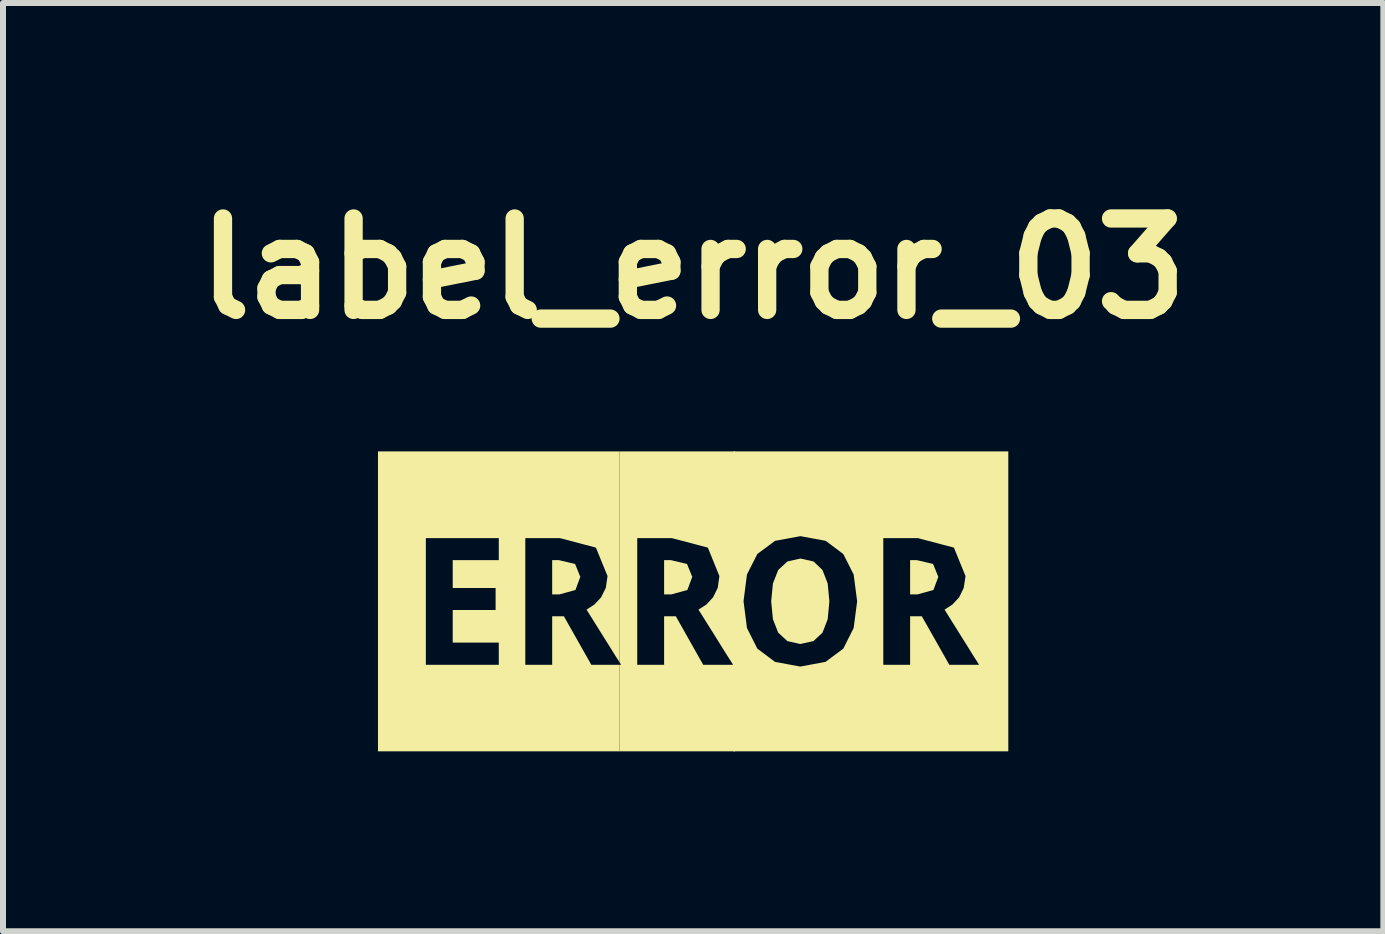
<source format=kicad_pcb>
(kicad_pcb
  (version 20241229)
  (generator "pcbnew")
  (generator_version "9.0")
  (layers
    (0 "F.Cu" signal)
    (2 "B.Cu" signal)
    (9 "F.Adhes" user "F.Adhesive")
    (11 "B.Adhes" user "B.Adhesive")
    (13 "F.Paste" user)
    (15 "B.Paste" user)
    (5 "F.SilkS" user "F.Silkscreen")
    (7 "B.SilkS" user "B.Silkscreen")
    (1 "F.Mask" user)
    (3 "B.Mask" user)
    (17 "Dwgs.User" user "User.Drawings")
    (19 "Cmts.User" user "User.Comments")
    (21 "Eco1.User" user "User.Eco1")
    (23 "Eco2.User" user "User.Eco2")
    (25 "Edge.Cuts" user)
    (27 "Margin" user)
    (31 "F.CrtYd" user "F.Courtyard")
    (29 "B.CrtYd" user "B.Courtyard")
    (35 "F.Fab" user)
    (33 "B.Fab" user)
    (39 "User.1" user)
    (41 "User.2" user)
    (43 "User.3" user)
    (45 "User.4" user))
  (footprint "label_error_03"
    (layer "F.Cu")
    (at 8.505 6.975)
    (property "Reference" "label_error_03" (at 0 -5.548 0) (layer "F.SilkS") (effects (font (size 1.524 1.524) (thickness 0.305))))
    (attr smd)
    (fp_poly (pts (xy -2.35 -0.687) (xy -2.35 -0.116) (xy -2.229 -0.116) (xy -1.962 -0.19) (xy -1.881 -0.409) (xy -1.968 -0.623) (xy -2.236 -0.687) (xy -2.35 -0.687)) (stroke (width 0) (type solid)) (fill yes) (layer "F.SilkS"))
    (fp_poly (pts (xy -0.484 -0.687) (xy -0.484 -0.116) (xy -0.363 -0.116) (xy -0.096 -0.19) (xy -0.015 -0.409) (xy -0.102 -0.623) (xy -0.37 -0.687) (xy -0.484 -0.687)) (stroke (width 0) (type solid)) (fill yes) (layer "F.SilkS"))
    (fp_poly (pts (xy 3.617 -0.687) (xy 3.617 -0.116) (xy 3.739 -0.116) (xy 4.006 -0.19) (xy 4.087 -0.409) (xy 4 -0.623) (xy 3.731 -0.687) (xy 3.617 -0.687)) (stroke (width 0) (type solid)) (fill yes) (layer "F.SilkS"))
    (fp_poly (pts (xy 1.789 -0.714) (xy 1.571 -0.665) (xy 1.418 -0.523) (xy 1.33 -0.298) (xy 1.301 -0.001) (xy 1.33 0.298) (xy 1.418 0.522) (xy 1.57 0.662) (xy 1.786 0.711) (xy 2.006 0.662) (xy 2.156 0.522) (xy 2.243 0.298) (xy 2.271 -0.001) (xy 2.243 -0.298) (xy 2.156 -0.523) (xy 2.007 -0.665) (xy 1.789 -0.714)) (stroke (width 0) (type solid)) (fill yes) (layer "F.SilkS"))
    (fp_poly (pts (xy -0.932 -1.054) (xy -1.23 -2.5) (xy -1.23 1.01) (xy -1.225 1.017) (xy -1.201 1.058) (xy -1.23 1.058) (xy -1.23 2.5) (xy 0.7 2.5) (xy 0.7 -2.5) (xy -1.23 -2.5) (xy -0.932 -1.054) (xy -0.354 -1.054) (xy 0.245 -0.896) (xy 0.438 -0.421) (xy 0.41 -0.225) (xy 0.332 -0.067) (xy 0.221 0.053) (xy 0.089 0.138) (xy 0.377 0.597) (xy 0.482 0.766) (xy 0.575 0.914) (xy 0.641 1.017) (xy 0.666 1.058) (xy 0.168 1.058) (xy -0.289 0.248) (xy -0.484 0.248) (xy -0.484 1.058) (xy -0.932 1.058) (xy -0.932 -1.054)) (stroke (width 0) (type solid)) (fill yes) (layer "F.SilkS"))
    (fp_poly (pts (xy -4.456 -1.054) (xy -5.254 -2.5) (xy -5.254 2.5) (xy -1.23 2.5) (xy -1.23 1.058) (xy -1.697 1.058) (xy -2.155 0.248) (xy -2.35 0.248) (xy -2.35 1.058) (xy -2.798 1.058) (xy -2.798 -1.054) (xy -2.22 -1.054) (xy -1.621 -0.896) (xy -1.427 -0.421) (xy -1.456 -0.225) (xy -1.534 -0.067) (xy -1.646 0.053) (xy -1.777 0.138) (xy -1.49 0.597) (xy -1.384 0.766) (xy -1.292 0.914) (xy -1.23 1.01) (xy -1.23 -2.5) (xy -5.254 -2.5) (xy -4.456 -1.054) (xy -3.24 -1.054) (xy -3.24 -0.687) (xy -4.008 -0.687) (xy -4.008 -0.223) (xy -3.293 -0.223) (xy -3.293 0.144) (xy -4.008 0.144) (xy -4.008 0.688) (xy -3.24 0.688) (xy -3.24 1.058) (xy -4.456 1.058) (xy -4.456 -1.054)) (stroke (width 0) (type solid)) (fill yes) (layer "F.SilkS"))
    (fp_poly (pts (xy 3.17 -1.054) (xy 1.789 -1.087) (xy 2.21 -1.009) (xy 2.503 -0.789) (xy 2.676 -0.447) (xy 2.734 -0.001) (xy 2.676 0.444) (xy 2.503 0.788) (xy 2.206 1.009) (xy 1.786 1.087) (xy 1.365 1.009) (xy 1.07 0.788) (xy 0.897 0.444) (xy 0.84 -0.004) (xy 0.897 -0.448) (xy 1.071 -0.791) (xy 1.366 -1.009) (xy 1.789 -1.087) (xy 3.17 -1.054) (xy 0.673 -2.5) (xy 0.673 2.5) (xy 5.254 2.5) (xy 5.254 -2.5) (xy 0.673 -2.5) (xy 3.17 -1.054) (xy 3.747 -1.054) (xy 4.347 -0.896) (xy 4.541 -0.421) (xy 4.511 -0.225) (xy 4.434 -0.067) (xy 4.322 0.053) (xy 4.191 0.138) (xy 4.478 0.597) (xy 4.584 0.766) (xy 4.676 0.914) (xy 4.742 1.017) (xy 4.767 1.058) (xy 4.271 1.058) (xy 3.812 0.248) (xy 3.617 0.248) (xy 3.617 1.058) (xy 3.17 1.058) (xy 3.17 -1.054)) (stroke (width 0) (type solid)) (fill yes) (layer "F.SilkS")))
  (gr_rect
    (start -3 -3)
    (end 20.011 12.475)
    (stroke (width 0.1) (type default))
    (fill no)
    (layer "Edge.Cuts")))
</source>
